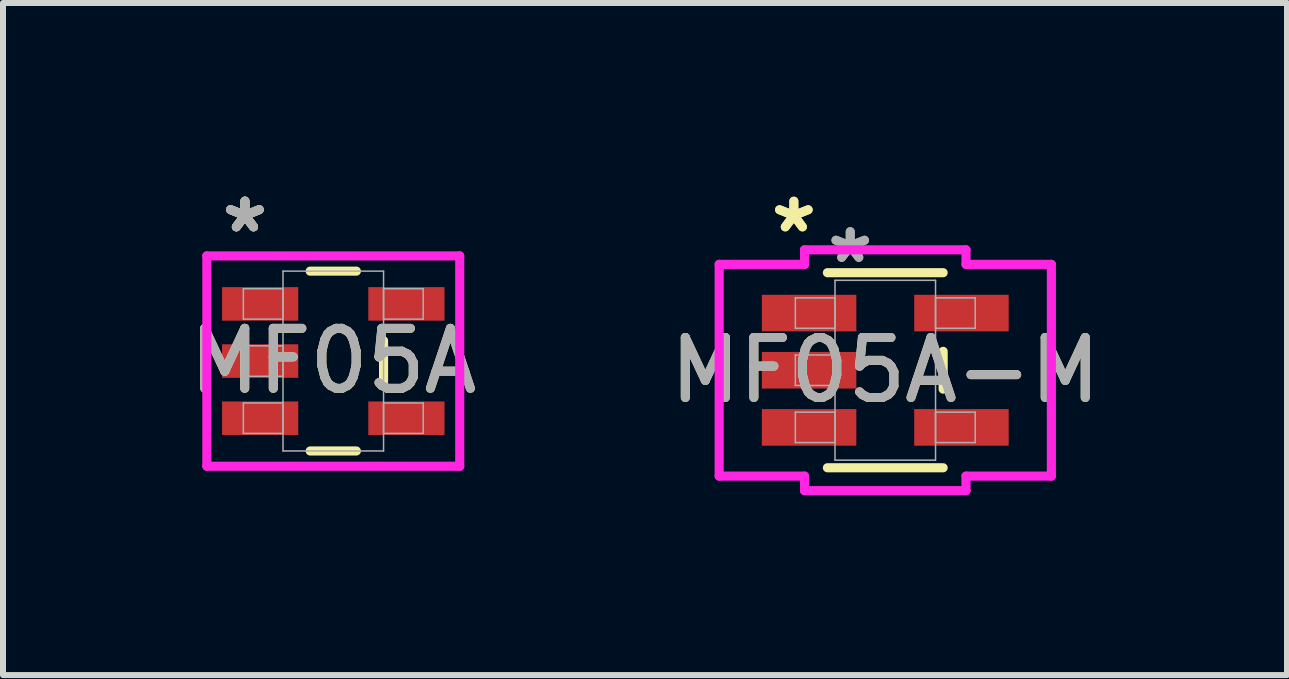
<source format=kicad_pcb>
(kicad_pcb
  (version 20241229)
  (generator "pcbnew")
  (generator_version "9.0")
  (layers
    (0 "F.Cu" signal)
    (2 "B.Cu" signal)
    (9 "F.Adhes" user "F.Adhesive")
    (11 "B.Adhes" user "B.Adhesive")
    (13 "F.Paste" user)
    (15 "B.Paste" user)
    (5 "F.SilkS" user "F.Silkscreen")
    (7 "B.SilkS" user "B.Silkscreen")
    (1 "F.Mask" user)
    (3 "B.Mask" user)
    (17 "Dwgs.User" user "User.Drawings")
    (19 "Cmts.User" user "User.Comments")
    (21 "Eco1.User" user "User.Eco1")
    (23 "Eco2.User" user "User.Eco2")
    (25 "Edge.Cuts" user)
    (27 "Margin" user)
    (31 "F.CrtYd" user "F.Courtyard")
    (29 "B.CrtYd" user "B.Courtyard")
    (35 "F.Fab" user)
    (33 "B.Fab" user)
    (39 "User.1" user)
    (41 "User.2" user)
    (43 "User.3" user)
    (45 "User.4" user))
  (footprint "MF05A"
    (layer "F.Cu")
    (at 2.506 2.969)
    (property "Reference" "MF05A" (at 0 0 0) (unlocked yes) (layer "F.SilkS") (effects (font (size 1 1) (thickness 0.15))))
    (attr smd)
    (fp_line (start -0.385 1.499) (end 0.385 1.499) (stroke (width 0.152) (type solid)) (layer "F.SilkS"))
    (fp_line (start 0.385 -1.499) (end -0.385 -1.499) (stroke (width 0.152) (type solid)) (layer "F.SilkS"))
    (fp_line (start 0.838 0.34) (end 0.838 -0.34) (stroke (width 0.152) (type solid)) (layer "F.SilkS"))
    (fp_line (start -2.108 -1.753) (end 2.108 -1.753) (stroke (width 0.152) (type solid)) (layer "F.CrtYd"))
    (fp_line (start -2.108 1.753) (end -2.108 -1.753) (stroke (width 0.152) (type solid)) (layer "F.CrtYd"))
    (fp_line (start 2.108 -1.753) (end 2.108 1.753) (stroke (width 0.152) (type solid)) (layer "F.CrtYd"))
    (fp_line (start 2.108 1.753) (end -2.108 1.753) (stroke (width 0.152) (type solid)) (layer "F.CrtYd"))
    (fp_line (start -1.499 -1.206) (end -1.499 -0.699) (stroke (width 0.025) (type solid)) (layer "F.Fab"))
    (fp_line (start -1.499 -0.699) (end -0.838 -0.699) (stroke (width 0.025) (type solid)) (layer "F.Fab"))
    (fp_line (start -1.499 -0.254) (end -1.499 0.254) (stroke (width 0.025) (type solid)) (layer "F.Fab"))
    (fp_line (start -1.499 0.254) (end -0.838 0.254) (stroke (width 0.025) (type solid)) (layer "F.Fab"))
    (fp_line (start -1.499 0.699) (end -1.499 1.206) (stroke (width 0.025) (type solid)) (layer "F.Fab"))
    (fp_line (start -1.499 1.206) (end -0.838 1.206) (stroke (width 0.025) (type solid)) (layer "F.Fab"))
    (fp_line (start -0.838 -1.499) (end -0.838 1.499) (stroke (width 0.025) (type solid)) (layer "F.Fab"))
    (fp_line (start -0.838 -1.206) (end -1.499 -1.206) (stroke (width 0.025) (type solid)) (layer "F.Fab"))
    (fp_line (start -0.838 -0.699) (end -0.838 -1.206) (stroke (width 0.025) (type solid)) (layer "F.Fab"))
    (fp_line (start -0.838 -0.254) (end -1.499 -0.254) (stroke (width 0.025) (type solid)) (layer "F.Fab"))
    (fp_line (start -0.838 0.254) (end -0.838 -0.254) (stroke (width 0.025) (type solid)) (layer "F.Fab"))
    (fp_line (start -0.838 0.699) (end -1.499 0.699) (stroke (width 0.025) (type solid)) (layer "F.Fab"))
    (fp_line (start -0.838 1.206) (end -0.838 0.699) (stroke (width 0.025) (type solid)) (layer "F.Fab"))
    (fp_line (start -0.838 1.499) (end 0.838 1.499) (stroke (width 0.025) (type solid)) (layer "F.Fab"))
    (fp_line (start 0.838 -1.499) (end -0.838 -1.499) (stroke (width 0.025) (type solid)) (layer "F.Fab"))
    (fp_line (start 0.838 -1.206) (end 0.838 -0.699) (stroke (width 0.025) (type solid)) (layer "F.Fab"))
    (fp_line (start 0.838 -0.699) (end 1.499 -0.699) (stroke (width 0.025) (type solid)) (layer "F.Fab"))
    (fp_line (start 0.838 0.699) (end 0.838 1.206) (stroke (width 0.025) (type solid)) (layer "F.Fab"))
    (fp_line (start 0.838 1.206) (end 1.499 1.206) (stroke (width 0.025) (type solid)) (layer "F.Fab"))
    (fp_line (start 0.838 1.499) (end 0.838 -1.499) (stroke (width 0.025) (type solid)) (layer "F.Fab"))
    (fp_line (start 1.499 -1.206) (end 0.838 -1.206) (stroke (width 0.025) (type solid)) (layer "F.Fab"))
    (fp_line (start 1.499 -0.699) (end 1.499 -1.206) (stroke (width 0.025) (type solid)) (layer "F.Fab"))
    (fp_line (start 1.499 0.699) (end 0.838 0.699) (stroke (width 0.025) (type solid)) (layer "F.Fab"))
    (fp_line (start 1.499 1.206) (end 1.499 0.699) (stroke (width 0.025) (type solid)) (layer "F.Fab"))
    (fp_text user "*" (at -1.473 -2.121 0) (layer "F.SilkS") (effects (font (size 1 1) (thickness 0.15))))
    (fp_text user "*" (at -1.473 -2.121 0) (unlocked yes) (layer "F.SilkS") (effects (font (size 1 1) (thickness 0.15))))
    (fp_text user "*" (at -1.473 -2.121 0) (layer "F.Fab") (effects (font (size 1 1) (thickness 0.15))))
    (fp_text user "*" (at -1.473 -2.121 0) (unlocked yes) (layer "F.Fab") (effects (font (size 1 1) (thickness 0.15))))
    (fp_text user "${REFERENCE}" (at 0 0 0) (unlocked yes) (layer "F.Fab") (effects (font (size 1 1) (thickness 0.15))))
    (pad "1" smd rect (at -1.219 -0.953) (size 1.27 0.559) (layers "F.Cu" "F.Mask" "F.Paste"))
    (pad "2" smd rect (at -1.219 0) (size 1.27 0.559) (layers "F.Cu" "F.Mask" "F.Paste"))
    (pad "3" smd rect (at -1.219 0.953) (size 1.27 0.559) (layers "F.Cu" "F.Mask" "F.Paste"))
    (pad "4" smd rect (at 1.219 0.953) (size 1.27 0.559) (layers "F.Cu" "F.Mask" "F.Paste"))
    (pad "5" smd rect (at 1.219 -0.953) (size 1.27 0.559) (layers "F.Cu" "F.Mask" "F.Paste")))
  (footprint "MF05A-M"
    (layer "F.Cu")
    (at 11.708 3.122)
    (property "Reference" "MF05A-M" (at 0 0 0) (unlocked yes) (layer "F.SilkS") (effects (font (size 1 1) (thickness 0.15))))
    (attr smd)
    (fp_line (start -0.965 1.626) (end 0.965 1.626) (stroke (width 0.152) (type solid)) (layer "F.SilkS"))
    (fp_line (start 0.965 -1.626) (end -0.965 -1.626) (stroke (width 0.152) (type solid)) (layer "F.SilkS"))
    (fp_line (start 0.965 0.315) (end 0.965 -0.315) (stroke (width 0.152) (type solid)) (layer "F.SilkS"))
    (fp_line (start -2.769 -1.765) (end -1.346 -1.765) (stroke (width 0.152) (type solid)) (layer "F.CrtYd"))
    (fp_line (start -2.769 1.765) (end -2.769 -1.765) (stroke (width 0.152) (type solid)) (layer "F.CrtYd"))
    (fp_line (start -1.346 -2.007) (end 1.346 -2.007) (stroke (width 0.152) (type solid)) (layer "F.CrtYd"))
    (fp_line (start -1.346 -1.765) (end -1.346 -2.007) (stroke (width 0.152) (type solid)) (layer "F.CrtYd"))
    (fp_line (start -1.346 1.765) (end -2.769 1.765) (stroke (width 0.152) (type solid)) (layer "F.CrtYd"))
    (fp_line (start -1.346 2.007) (end -1.346 1.765) (stroke (width 0.152) (type solid)) (layer "F.CrtYd"))
    (fp_line (start 1.346 -2.007) (end 1.346 -1.765) (stroke (width 0.152) (type solid)) (layer "F.CrtYd"))
    (fp_line (start 1.346 -1.765) (end 2.769 -1.765) (stroke (width 0.152) (type solid)) (layer "F.CrtYd"))
    (fp_line (start 1.346 1.765) (end 1.346 2.007) (stroke (width 0.152) (type solid)) (layer "F.CrtYd"))
    (fp_line (start 1.346 2.007) (end -1.346 2.007) (stroke (width 0.152) (type solid)) (layer "F.CrtYd"))
    (fp_line (start 2.769 -1.765) (end 2.769 1.765) (stroke (width 0.152) (type solid)) (layer "F.CrtYd"))
    (fp_line (start 2.769 1.765) (end 1.346 1.765) (stroke (width 0.152) (type solid)) (layer "F.CrtYd"))
    (fp_line (start -1.499 -1.206) (end -1.499 -0.699) (stroke (width 0.025) (type solid)) (layer "F.Fab"))
    (fp_line (start -1.499 -0.699) (end -0.838 -0.699) (stroke (width 0.025) (type solid)) (layer "F.Fab"))
    (fp_line (start -1.499 -0.254) (end -1.499 0.254) (stroke (width 0.025) (type solid)) (layer "F.Fab"))
    (fp_line (start -1.499 0.254) (end -0.838 0.254) (stroke (width 0.025) (type solid)) (layer "F.Fab"))
    (fp_line (start -1.499 0.699) (end -1.499 1.206) (stroke (width 0.025) (type solid)) (layer "F.Fab"))
    (fp_line (start -1.499 1.206) (end -0.838 1.206) (stroke (width 0.025) (type solid)) (layer "F.Fab"))
    (fp_line (start -0.838 -1.499) (end -0.838 1.499) (stroke (width 0.025) (type solid)) (layer "F.Fab"))
    (fp_line (start -0.838 -1.206) (end -1.499 -1.206) (stroke (width 0.025) (type solid)) (layer "F.Fab"))
    (fp_line (start -0.838 -0.699) (end -0.838 -1.206) (stroke (width 0.025) (type solid)) (layer "F.Fab"))
    (fp_line (start -0.838 -0.254) (end -1.499 -0.254) (stroke (width 0.025) (type solid)) (layer "F.Fab"))
    (fp_line (start -0.838 0.254) (end -0.838 -0.254) (stroke (width 0.025) (type solid)) (layer "F.Fab"))
    (fp_line (start -0.838 0.699) (end -1.499 0.699) (stroke (width 0.025) (type solid)) (layer "F.Fab"))
    (fp_line (start -0.838 1.206) (end -0.838 0.699) (stroke (width 0.025) (type solid)) (layer "F.Fab"))
    (fp_line (start -0.838 1.499) (end 0.838 1.499) (stroke (width 0.025) (type solid)) (layer "F.Fab"))
    (fp_line (start 0.838 -1.499) (end -0.838 -1.499) (stroke (width 0.025) (type solid)) (layer "F.Fab"))
    (fp_line (start 0.838 -1.206) (end 0.838 -0.699) (stroke (width 0.025) (type solid)) (layer "F.Fab"))
    (fp_line (start 0.838 -0.699) (end 1.499 -0.699) (stroke (width 0.025) (type solid)) (layer "F.Fab"))
    (fp_line (start 0.838 0.699) (end 0.838 1.206) (stroke (width 0.025) (type solid)) (layer "F.Fab"))
    (fp_line (start 0.838 1.206) (end 1.499 1.206) (stroke (width 0.025) (type solid)) (layer "F.Fab"))
    (fp_line (start 0.838 1.499) (end 0.838 -1.499) (stroke (width 0.025) (type solid)) (layer "F.Fab"))
    (fp_line (start 1.499 -1.206) (end 0.838 -1.206) (stroke (width 0.025) (type solid)) (layer "F.Fab"))
    (fp_line (start 1.499 -0.699) (end 1.499 -1.206) (stroke (width 0.025) (type solid)) (layer "F.Fab"))
    (fp_line (start 1.499 0.699) (end 0.838 0.699) (stroke (width 0.025) (type solid)) (layer "F.Fab"))
    (fp_line (start 1.499 1.206) (end 1.499 0.699) (stroke (width 0.025) (type solid)) (layer "F.Fab"))
    (fp_text user "*" (at -1.524 -2.273 0) (layer "F.SilkS") (effects (font (size 1 1) (thickness 0.15))))
    (fp_text user "*" (at -1.524 -2.273 0) (unlocked yes) (layer "F.SilkS") (effects (font (size 1 1) (thickness 0.15))))
    (fp_text user "*" (at -0.584 -1.765 0) (unlocked yes) (layer "F.Fab") (effects (font (size 1 1) (thickness 0.15))))
    (fp_text user "*" (at -0.584 -1.765 0) (layer "F.Fab") (effects (font (size 1 1) (thickness 0.15))))
    (fp_text user "${REFERENCE}" (at 0 0 0) (unlocked yes) (layer "F.Fab") (effects (font (size 1 1) (thickness 0.15))))
    (pad "1" smd rect (at -1.27 -0.953) (size 1.575 0.61) (layers "F.Cu" "F.Mask" "F.Paste"))
    (pad "2" smd rect (at -1.27 0) (size 1.575 0.61) (layers "F.Cu" "F.Mask" "F.Paste"))
    (pad "3" smd rect (at -1.27 0.953) (size 1.575 0.61) (layers "F.Cu" "F.Mask" "F.Paste"))
    (pad "4" smd rect (at 1.27 0.953) (size 1.575 0.61) (layers "F.Cu" "F.Mask" "F.Paste"))
    (pad "5" smd rect (at 1.27 -0.953) (size 1.575 0.61) (layers "F.Cu" "F.Mask" "F.Paste")))
  (gr_rect
    (start -3 -3)
    (end 18.405 8.204)
    (stroke (width 0.1) (type default))
    (fill no)
    (layer "Edge.Cuts")))
</source>
